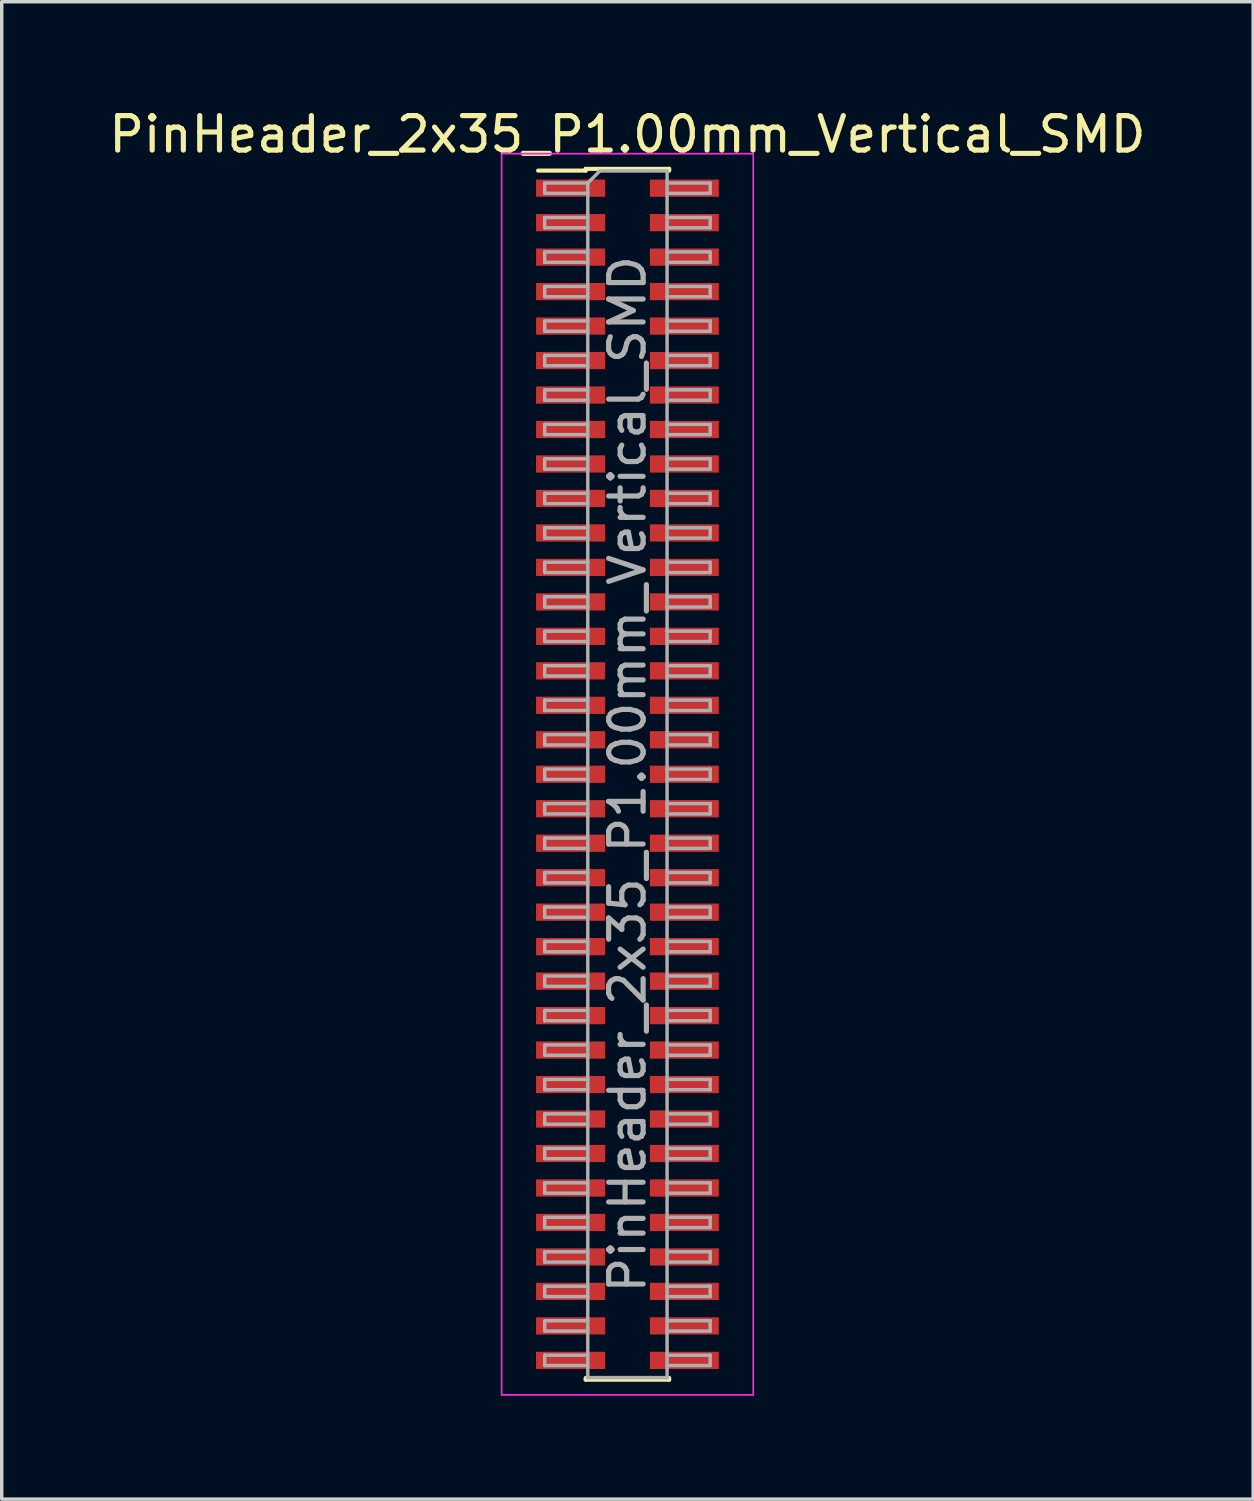
<source format=kicad_pcb>
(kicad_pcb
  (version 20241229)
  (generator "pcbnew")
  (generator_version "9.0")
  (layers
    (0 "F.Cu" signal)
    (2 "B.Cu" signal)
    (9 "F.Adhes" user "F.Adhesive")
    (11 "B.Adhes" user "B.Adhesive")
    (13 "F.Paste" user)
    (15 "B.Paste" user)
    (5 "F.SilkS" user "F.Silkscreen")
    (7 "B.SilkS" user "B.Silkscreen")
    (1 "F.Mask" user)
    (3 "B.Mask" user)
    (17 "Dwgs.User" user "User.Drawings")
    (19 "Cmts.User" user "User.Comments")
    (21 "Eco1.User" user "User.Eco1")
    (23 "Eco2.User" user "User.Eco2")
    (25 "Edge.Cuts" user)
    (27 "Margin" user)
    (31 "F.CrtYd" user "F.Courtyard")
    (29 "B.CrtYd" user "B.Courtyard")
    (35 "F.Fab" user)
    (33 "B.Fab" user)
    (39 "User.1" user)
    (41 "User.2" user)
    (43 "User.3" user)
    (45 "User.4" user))
  (footprint "PinHeader_2x35_P1.00mm_Vertical_SMD"
    (layer "F.Cu")
    (at 15.149 19.408)
    (property "Reference" "PinHeader_2x35_P1.00mm_Vertical_SMD" (at 0 -18.56 0) (layer "F.SilkS") (effects (font (size 1 1) (thickness 0.15))))
    (attr smd)
    (fp_line (start -2.59 -17.51) (end -1.21 -17.51) (stroke (width 0.12) (type solid)) (layer "F.SilkS"))
    (fp_line (start -1.21 -17.56) (end -1.21 -17.51) (stroke (width 0.12) (type solid)) (layer "F.SilkS"))
    (fp_line (start -1.21 -17.56) (end 1.21 -17.56) (stroke (width 0.12) (type solid)) (layer "F.SilkS"))
    (fp_line (start -1.21 17.51) (end -1.21 17.56) (stroke (width 0.12) (type solid)) (layer "F.SilkS"))
    (fp_line (start -1.21 17.56) (end 1.21 17.56) (stroke (width 0.12) (type solid)) (layer "F.SilkS"))
    (fp_line (start 1.21 -17.56) (end 1.21 -17.51) (stroke (width 0.12) (type solid)) (layer "F.SilkS"))
    (fp_line (start 1.21 17.51) (end 1.21 17.56) (stroke (width 0.12) (type solid)) (layer "F.SilkS"))
    (fp_line (start -3.65 -18) (end -3.65 18) (stroke (width 0.05) (type solid)) (layer "F.CrtYd"))
    (fp_line (start -3.65 18) (end 3.65 18) (stroke (width 0.05) (type solid)) (layer "F.CrtYd"))
    (fp_line (start 3.65 -18) (end -3.65 -18) (stroke (width 0.05) (type solid)) (layer "F.CrtYd"))
    (fp_line (start 3.65 18) (end 3.65 -18) (stroke (width 0.05) (type solid)) (layer "F.CrtYd"))
    (fp_line (start -2.4 -17.15) (end -2.4 -16.85) (stroke (width 0.1) (type solid)) (layer "F.Fab"))
    (fp_line (start -2.4 -16.85) (end -1.15 -16.85) (stroke (width 0.1) (type solid)) (layer "F.Fab"))
    (fp_line (start -2.4 -16.15) (end -2.4 -15.85) (stroke (width 0.1) (type solid)) (layer "F.Fab"))
    (fp_line (start -2.4 -15.85) (end -1.15 -15.85) (stroke (width 0.1) (type solid)) (layer "F.Fab"))
    (fp_line (start -2.4 -15.15) (end -2.4 -14.85) (stroke (width 0.1) (type solid)) (layer "F.Fab"))
    (fp_line (start -2.4 -14.85) (end -1.15 -14.85) (stroke (width 0.1) (type solid)) (layer "F.Fab"))
    (fp_line (start -2.4 -14.15) (end -2.4 -13.85) (stroke (width 0.1) (type solid)) (layer "F.Fab"))
    (fp_line (start -2.4 -13.85) (end -1.15 -13.85) (stroke (width 0.1) (type solid)) (layer "F.Fab"))
    (fp_line (start -2.4 -13.15) (end -2.4 -12.85) (stroke (width 0.1) (type solid)) (layer "F.Fab"))
    (fp_line (start -2.4 -12.85) (end -1.15 -12.85) (stroke (width 0.1) (type solid)) (layer "F.Fab"))
    (fp_line (start -2.4 -12.15) (end -2.4 -11.85) (stroke (width 0.1) (type solid)) (layer "F.Fab"))
    (fp_line (start -2.4 -11.85) (end -1.15 -11.85) (stroke (width 0.1) (type solid)) (layer "F.Fab"))
    (fp_line (start -2.4 -11.15) (end -2.4 -10.85) (stroke (width 0.1) (type solid)) (layer "F.Fab"))
    (fp_line (start -2.4 -10.85) (end -1.15 -10.85) (stroke (width 0.1) (type solid)) (layer "F.Fab"))
    (fp_line (start -2.4 -10.15) (end -2.4 -9.85) (stroke (width 0.1) (type solid)) (layer "F.Fab"))
    (fp_line (start -2.4 -9.85) (end -1.15 -9.85) (stroke (width 0.1) (type solid)) (layer "F.Fab"))
    (fp_line (start -2.4 -9.15) (end -2.4 -8.85) (stroke (width 0.1) (type solid)) (layer "F.Fab"))
    (fp_line (start -2.4 -8.85) (end -1.15 -8.85) (stroke (width 0.1) (type solid)) (layer "F.Fab"))
    (fp_line (start -2.4 -8.15) (end -2.4 -7.85) (stroke (width 0.1) (type solid)) (layer "F.Fab"))
    (fp_line (start -2.4 -7.85) (end -1.15 -7.85) (stroke (width 0.1) (type solid)) (layer "F.Fab"))
    (fp_line (start -2.4 -7.15) (end -2.4 -6.85) (stroke (width 0.1) (type solid)) (layer "F.Fab"))
    (fp_line (start -2.4 -6.85) (end -1.15 -6.85) (stroke (width 0.1) (type solid)) (layer "F.Fab"))
    (fp_line (start -2.4 -6.15) (end -2.4 -5.85) (stroke (width 0.1) (type solid)) (layer "F.Fab"))
    (fp_line (start -2.4 -5.85) (end -1.15 -5.85) (stroke (width 0.1) (type solid)) (layer "F.Fab"))
    (fp_line (start -2.4 -5.15) (end -2.4 -4.85) (stroke (width 0.1) (type solid)) (layer "F.Fab"))
    (fp_line (start -2.4 -4.85) (end -1.15 -4.85) (stroke (width 0.1) (type solid)) (layer "F.Fab"))
    (fp_line (start -2.4 -4.15) (end -2.4 -3.85) (stroke (width 0.1) (type solid)) (layer "F.Fab"))
    (fp_line (start -2.4 -3.85) (end -1.15 -3.85) (stroke (width 0.1) (type solid)) (layer "F.Fab"))
    (fp_line (start -2.4 -3.15) (end -2.4 -2.85) (stroke (width 0.1) (type solid)) (layer "F.Fab"))
    (fp_line (start -2.4 -2.85) (end -1.15 -2.85) (stroke (width 0.1) (type solid)) (layer "F.Fab"))
    (fp_line (start -2.4 -2.15) (end -2.4 -1.85) (stroke (width 0.1) (type solid)) (layer "F.Fab"))
    (fp_line (start -2.4 -1.85) (end -1.15 -1.85) (stroke (width 0.1) (type solid)) (layer "F.Fab"))
    (fp_line (start -2.4 -1.15) (end -2.4 -0.85) (stroke (width 0.1) (type solid)) (layer "F.Fab"))
    (fp_line (start -2.4 -0.85) (end -1.15 -0.85) (stroke (width 0.1) (type solid)) (layer "F.Fab"))
    (fp_line (start -2.4 -0.15) (end -2.4 0.15) (stroke (width 0.1) (type solid)) (layer "F.Fab"))
    (fp_line (start -2.4 0.15) (end -1.15 0.15) (stroke (width 0.1) (type solid)) (layer "F.Fab"))
    (fp_line (start -2.4 0.85) (end -2.4 1.15) (stroke (width 0.1) (type solid)) (layer "F.Fab"))
    (fp_line (start -2.4 1.15) (end -1.15 1.15) (stroke (width 0.1) (type solid)) (layer "F.Fab"))
    (fp_line (start -2.4 1.85) (end -2.4 2.15) (stroke (width 0.1) (type solid)) (layer "F.Fab"))
    (fp_line (start -2.4 2.15) (end -1.15 2.15) (stroke (width 0.1) (type solid)) (layer "F.Fab"))
    (fp_line (start -2.4 2.85) (end -2.4 3.15) (stroke (width 0.1) (type solid)) (layer "F.Fab"))
    (fp_line (start -2.4 3.15) (end -1.15 3.15) (stroke (width 0.1) (type solid)) (layer "F.Fab"))
    (fp_line (start -2.4 3.85) (end -2.4 4.15) (stroke (width 0.1) (type solid)) (layer "F.Fab"))
    (fp_line (start -2.4 4.15) (end -1.15 4.15) (stroke (width 0.1) (type solid)) (layer "F.Fab"))
    (fp_line (start -2.4 4.85) (end -2.4 5.15) (stroke (width 0.1) (type solid)) (layer "F.Fab"))
    (fp_line (start -2.4 5.15) (end -1.15 5.15) (stroke (width 0.1) (type solid)) (layer "F.Fab"))
    (fp_line (start -2.4 5.85) (end -2.4 6.15) (stroke (width 0.1) (type solid)) (layer "F.Fab"))
    (fp_line (start -2.4 6.15) (end -1.15 6.15) (stroke (width 0.1) (type solid)) (layer "F.Fab"))
    (fp_line (start -2.4 6.85) (end -2.4 7.15) (stroke (width 0.1) (type solid)) (layer "F.Fab"))
    (fp_line (start -2.4 7.15) (end -1.15 7.15) (stroke (width 0.1) (type solid)) (layer "F.Fab"))
    (fp_line (start -2.4 7.85) (end -2.4 8.15) (stroke (width 0.1) (type solid)) (layer "F.Fab"))
    (fp_line (start -2.4 8.15) (end -1.15 8.15) (stroke (width 0.1) (type solid)) (layer "F.Fab"))
    (fp_line (start -2.4 8.85) (end -2.4 9.15) (stroke (width 0.1) (type solid)) (layer "F.Fab"))
    (fp_line (start -2.4 9.15) (end -1.15 9.15) (stroke (width 0.1) (type solid)) (layer "F.Fab"))
    (fp_line (start -2.4 9.85) (end -2.4 10.15) (stroke (width 0.1) (type solid)) (layer "F.Fab"))
    (fp_line (start -2.4 10.15) (end -1.15 10.15) (stroke (width 0.1) (type solid)) (layer "F.Fab"))
    (fp_line (start -2.4 10.85) (end -2.4 11.15) (stroke (width 0.1) (type solid)) (layer "F.Fab"))
    (fp_line (start -2.4 11.15) (end -1.15 11.15) (stroke (width 0.1) (type solid)) (layer "F.Fab"))
    (fp_line (start -2.4 11.85) (end -2.4 12.15) (stroke (width 0.1) (type solid)) (layer "F.Fab"))
    (fp_line (start -2.4 12.15) (end -1.15 12.15) (stroke (width 0.1) (type solid)) (layer "F.Fab"))
    (fp_line (start -2.4 12.85) (end -2.4 13.15) (stroke (width 0.1) (type solid)) (layer "F.Fab"))
    (fp_line (start -2.4 13.15) (end -1.15 13.15) (stroke (width 0.1) (type solid)) (layer "F.Fab"))
    (fp_line (start -2.4 13.85) (end -2.4 14.15) (stroke (width 0.1) (type solid)) (layer "F.Fab"))
    (fp_line (start -2.4 14.15) (end -1.15 14.15) (stroke (width 0.1) (type solid)) (layer "F.Fab"))
    (fp_line (start -2.4 14.85) (end -2.4 15.15) (stroke (width 0.1) (type solid)) (layer "F.Fab"))
    (fp_line (start -2.4 15.15) (end -1.15 15.15) (stroke (width 0.1) (type solid)) (layer "F.Fab"))
    (fp_line (start -2.4 15.85) (end -2.4 16.15) (stroke (width 0.1) (type solid)) (layer "F.Fab"))
    (fp_line (start -2.4 16.15) (end -1.15 16.15) (stroke (width 0.1) (type solid)) (layer "F.Fab"))
    (fp_line (start -2.4 16.85) (end -2.4 17.15) (stroke (width 0.1) (type solid)) (layer "F.Fab"))
    (fp_line (start -2.4 17.15) (end -1.15 17.15) (stroke (width 0.1) (type solid)) (layer "F.Fab"))
    (fp_line (start -1.15 -17.15) (end -2.4 -17.15) (stroke (width 0.1) (type solid)) (layer "F.Fab"))
    (fp_line (start -1.15 -17.15) (end -0.8 -17.5) (stroke (width 0.1) (type solid)) (layer "F.Fab"))
    (fp_line (start -1.15 -16.15) (end -2.4 -16.15) (stroke (width 0.1) (type solid)) (layer "F.Fab"))
    (fp_line (start -1.15 -15.15) (end -2.4 -15.15) (stroke (width 0.1) (type solid)) (layer "F.Fab"))
    (fp_line (start -1.15 -14.15) (end -2.4 -14.15) (stroke (width 0.1) (type solid)) (layer "F.Fab"))
    (fp_line (start -1.15 -13.15) (end -2.4 -13.15) (stroke (width 0.1) (type solid)) (layer "F.Fab"))
    (fp_line (start -1.15 -12.15) (end -2.4 -12.15) (stroke (width 0.1) (type solid)) (layer "F.Fab"))
    (fp_line (start -1.15 -11.15) (end -2.4 -11.15) (stroke (width 0.1) (type solid)) (layer "F.Fab"))
    (fp_line (start -1.15 -10.15) (end -2.4 -10.15) (stroke (width 0.1) (type solid)) (layer "F.Fab"))
    (fp_line (start -1.15 -9.15) (end -2.4 -9.15) (stroke (width 0.1) (type solid)) (layer "F.Fab"))
    (fp_line (start -1.15 -8.15) (end -2.4 -8.15) (stroke (width 0.1) (type solid)) (layer "F.Fab"))
    (fp_line (start -1.15 -7.15) (end -2.4 -7.15) (stroke (width 0.1) (type solid)) (layer "F.Fab"))
    (fp_line (start -1.15 -6.15) (end -2.4 -6.15) (stroke (width 0.1) (type solid)) (layer "F.Fab"))
    (fp_line (start -1.15 -5.15) (end -2.4 -5.15) (stroke (width 0.1) (type solid)) (layer "F.Fab"))
    (fp_line (start -1.15 -4.15) (end -2.4 -4.15) (stroke (width 0.1) (type solid)) (layer "F.Fab"))
    (fp_line (start -1.15 -3.15) (end -2.4 -3.15) (stroke (width 0.1) (type solid)) (layer "F.Fab"))
    (fp_line (start -1.15 -2.15) (end -2.4 -2.15) (stroke (width 0.1) (type solid)) (layer "F.Fab"))
    (fp_line (start -1.15 -1.15) (end -2.4 -1.15) (stroke (width 0.1) (type solid)) (layer "F.Fab"))
    (fp_line (start -1.15 -0.15) (end -2.4 -0.15) (stroke (width 0.1) (type solid)) (layer "F.Fab"))
    (fp_line (start -1.15 0.85) (end -2.4 0.85) (stroke (width 0.1) (type solid)) (layer "F.Fab"))
    (fp_line (start -1.15 1.85) (end -2.4 1.85) (stroke (width 0.1) (type solid)) (layer "F.Fab"))
    (fp_line (start -1.15 2.85) (end -2.4 2.85) (stroke (width 0.1) (type solid)) (layer "F.Fab"))
    (fp_line (start -1.15 3.85) (end -2.4 3.85) (stroke (width 0.1) (type solid)) (layer "F.Fab"))
    (fp_line (start -1.15 4.85) (end -2.4 4.85) (stroke (width 0.1) (type solid)) (layer "F.Fab"))
    (fp_line (start -1.15 5.85) (end -2.4 5.85) (stroke (width 0.1) (type solid)) (layer "F.Fab"))
    (fp_line (start -1.15 6.85) (end -2.4 6.85) (stroke (width 0.1) (type solid)) (layer "F.Fab"))
    (fp_line (start -1.15 7.85) (end -2.4 7.85) (stroke (width 0.1) (type solid)) (layer "F.Fab"))
    (fp_line (start -1.15 8.85) (end -2.4 8.85) (stroke (width 0.1) (type solid)) (layer "F.Fab"))
    (fp_line (start -1.15 9.85) (end -2.4 9.85) (stroke (width 0.1) (type solid)) (layer "F.Fab"))
    (fp_line (start -1.15 10.85) (end -2.4 10.85) (stroke (width 0.1) (type solid)) (layer "F.Fab"))
    (fp_line (start -1.15 11.85) (end -2.4 11.85) (stroke (width 0.1) (type solid)) (layer "F.Fab"))
    (fp_line (start -1.15 12.85) (end -2.4 12.85) (stroke (width 0.1) (type solid)) (layer "F.Fab"))
    (fp_line (start -1.15 13.85) (end -2.4 13.85) (stroke (width 0.1) (type solid)) (layer "F.Fab"))
    (fp_line (start -1.15 14.85) (end -2.4 14.85) (stroke (width 0.1) (type solid)) (layer "F.Fab"))
    (fp_line (start -1.15 15.85) (end -2.4 15.85) (stroke (width 0.1) (type solid)) (layer "F.Fab"))
    (fp_line (start -1.15 16.85) (end -2.4 16.85) (stroke (width 0.1) (type solid)) (layer "F.Fab"))
    (fp_line (start -1.15 17.5) (end -1.15 -17.15) (stroke (width 0.1) (type solid)) (layer "F.Fab"))
    (fp_line (start -0.8 -17.5) (end 1.15 -17.5) (stroke (width 0.1) (type solid)) (layer "F.Fab"))
    (fp_line (start 1.15 -17.5) (end 1.15 17.5) (stroke (width 0.1) (type solid)) (layer "F.Fab"))
    (fp_line (start 1.15 -17.15) (end 2.4 -17.15) (stroke (width 0.1) (type solid)) (layer "F.Fab"))
    (fp_line (start 1.15 -16.15) (end 2.4 -16.15) (stroke (width 0.1) (type solid)) (layer "F.Fab"))
    (fp_line (start 1.15 -15.15) (end 2.4 -15.15) (stroke (width 0.1) (type solid)) (layer "F.Fab"))
    (fp_line (start 1.15 -14.15) (end 2.4 -14.15) (stroke (width 0.1) (type solid)) (layer "F.Fab"))
    (fp_line (start 1.15 -13.15) (end 2.4 -13.15) (stroke (width 0.1) (type solid)) (layer "F.Fab"))
    (fp_line (start 1.15 -12.15) (end 2.4 -12.15) (stroke (width 0.1) (type solid)) (layer "F.Fab"))
    (fp_line (start 1.15 -11.15) (end 2.4 -11.15) (stroke (width 0.1) (type solid)) (layer "F.Fab"))
    (fp_line (start 1.15 -10.15) (end 2.4 -10.15) (stroke (width 0.1) (type solid)) (layer "F.Fab"))
    (fp_line (start 1.15 -9.15) (end 2.4 -9.15) (stroke (width 0.1) (type solid)) (layer "F.Fab"))
    (fp_line (start 1.15 -8.15) (end 2.4 -8.15) (stroke (width 0.1) (type solid)) (layer "F.Fab"))
    (fp_line (start 1.15 -7.15) (end 2.4 -7.15) (stroke (width 0.1) (type solid)) (layer "F.Fab"))
    (fp_line (start 1.15 -6.15) (end 2.4 -6.15) (stroke (width 0.1) (type solid)) (layer "F.Fab"))
    (fp_line (start 1.15 -5.15) (end 2.4 -5.15) (stroke (width 0.1) (type solid)) (layer "F.Fab"))
    (fp_line (start 1.15 -4.15) (end 2.4 -4.15) (stroke (width 0.1) (type solid)) (layer "F.Fab"))
    (fp_line (start 1.15 -3.15) (end 2.4 -3.15) (stroke (width 0.1) (type solid)) (layer "F.Fab"))
    (fp_line (start 1.15 -2.15) (end 2.4 -2.15) (stroke (width 0.1) (type solid)) (layer "F.Fab"))
    (fp_line (start 1.15 -1.15) (end 2.4 -1.15) (stroke (width 0.1) (type solid)) (layer "F.Fab"))
    (fp_line (start 1.15 -0.15) (end 2.4 -0.15) (stroke (width 0.1) (type solid)) (layer "F.Fab"))
    (fp_line (start 1.15 0.85) (end 2.4 0.85) (stroke (width 0.1) (type solid)) (layer "F.Fab"))
    (fp_line (start 1.15 1.85) (end 2.4 1.85) (stroke (width 0.1) (type solid)) (layer "F.Fab"))
    (fp_line (start 1.15 2.85) (end 2.4 2.85) (stroke (width 0.1) (type solid)) (layer "F.Fab"))
    (fp_line (start 1.15 3.85) (end 2.4 3.85) (stroke (width 0.1) (type solid)) (layer "F.Fab"))
    (fp_line (start 1.15 4.85) (end 2.4 4.85) (stroke (width 0.1) (type solid)) (layer "F.Fab"))
    (fp_line (start 1.15 5.85) (end 2.4 5.85) (stroke (width 0.1) (type solid)) (layer "F.Fab"))
    (fp_line (start 1.15 6.85) (end 2.4 6.85) (stroke (width 0.1) (type solid)) (layer "F.Fab"))
    (fp_line (start 1.15 7.85) (end 2.4 7.85) (stroke (width 0.1) (type solid)) (layer "F.Fab"))
    (fp_line (start 1.15 8.85) (end 2.4 8.85) (stroke (width 0.1) (type solid)) (layer "F.Fab"))
    (fp_line (start 1.15 9.85) (end 2.4 9.85) (stroke (width 0.1) (type solid)) (layer "F.Fab"))
    (fp_line (start 1.15 10.85) (end 2.4 10.85) (stroke (width 0.1) (type solid)) (layer "F.Fab"))
    (fp_line (start 1.15 11.85) (end 2.4 11.85) (stroke (width 0.1) (type solid)) (layer "F.Fab"))
    (fp_line (start 1.15 12.85) (end 2.4 12.85) (stroke (width 0.1) (type solid)) (layer "F.Fab"))
    (fp_line (start 1.15 13.85) (end 2.4 13.85) (stroke (width 0.1) (type solid)) (layer "F.Fab"))
    (fp_line (start 1.15 14.85) (end 2.4 14.85) (stroke (width 0.1) (type solid)) (layer "F.Fab"))
    (fp_line (start 1.15 15.85) (end 2.4 15.85) (stroke (width 0.1) (type solid)) (layer "F.Fab"))
    (fp_line (start 1.15 16.85) (end 2.4 16.85) (stroke (width 0.1) (type solid)) (layer "F.Fab"))
    (fp_line (start 1.15 17.5) (end -1.15 17.5) (stroke (width 0.1) (type solid)) (layer "F.Fab"))
    (fp_line (start 2.4 -17.15) (end 2.4 -16.85) (stroke (width 0.1) (type solid)) (layer "F.Fab"))
    (fp_line (start 2.4 -16.85) (end 1.15 -16.85) (stroke (width 0.1) (type solid)) (layer "F.Fab"))
    (fp_line (start 2.4 -16.15) (end 2.4 -15.85) (stroke (width 0.1) (type solid)) (layer "F.Fab"))
    (fp_line (start 2.4 -15.85) (end 1.15 -15.85) (stroke (width 0.1) (type solid)) (layer "F.Fab"))
    (fp_line (start 2.4 -15.15) (end 2.4 -14.85) (stroke (width 0.1) (type solid)) (layer "F.Fab"))
    (fp_line (start 2.4 -14.85) (end 1.15 -14.85) (stroke (width 0.1) (type solid)) (layer "F.Fab"))
    (fp_line (start 2.4 -14.15) (end 2.4 -13.85) (stroke (width 0.1) (type solid)) (layer "F.Fab"))
    (fp_line (start 2.4 -13.85) (end 1.15 -13.85) (stroke (width 0.1) (type solid)) (layer "F.Fab"))
    (fp_line (start 2.4 -13.15) (end 2.4 -12.85) (stroke (width 0.1) (type solid)) (layer "F.Fab"))
    (fp_line (start 2.4 -12.85) (end 1.15 -12.85) (stroke (width 0.1) (type solid)) (layer "F.Fab"))
    (fp_line (start 2.4 -12.15) (end 2.4 -11.85) (stroke (width 0.1) (type solid)) (layer "F.Fab"))
    (fp_line (start 2.4 -11.85) (end 1.15 -11.85) (stroke (width 0.1) (type solid)) (layer "F.Fab"))
    (fp_line (start 2.4 -11.15) (end 2.4 -10.85) (stroke (width 0.1) (type solid)) (layer "F.Fab"))
    (fp_line (start 2.4 -10.85) (end 1.15 -10.85) (stroke (width 0.1) (type solid)) (layer "F.Fab"))
    (fp_line (start 2.4 -10.15) (end 2.4 -9.85) (stroke (width 0.1) (type solid)) (layer "F.Fab"))
    (fp_line (start 2.4 -9.85) (end 1.15 -9.85) (stroke (width 0.1) (type solid)) (layer "F.Fab"))
    (fp_line (start 2.4 -9.15) (end 2.4 -8.85) (stroke (width 0.1) (type solid)) (layer "F.Fab"))
    (fp_line (start 2.4 -8.85) (end 1.15 -8.85) (stroke (width 0.1) (type solid)) (layer "F.Fab"))
    (fp_line (start 2.4 -8.15) (end 2.4 -7.85) (stroke (width 0.1) (type solid)) (layer "F.Fab"))
    (fp_line (start 2.4 -7.85) (end 1.15 -7.85) (stroke (width 0.1) (type solid)) (layer "F.Fab"))
    (fp_line (start 2.4 -7.15) (end 2.4 -6.85) (stroke (width 0.1) (type solid)) (layer "F.Fab"))
    (fp_line (start 2.4 -6.85) (end 1.15 -6.85) (stroke (width 0.1) (type solid)) (layer "F.Fab"))
    (fp_line (start 2.4 -6.15) (end 2.4 -5.85) (stroke (width 0.1) (type solid)) (layer "F.Fab"))
    (fp_line (start 2.4 -5.85) (end 1.15 -5.85) (stroke (width 0.1) (type solid)) (layer "F.Fab"))
    (fp_line (start 2.4 -5.15) (end 2.4 -4.85) (stroke (width 0.1) (type solid)) (layer "F.Fab"))
    (fp_line (start 2.4 -4.85) (end 1.15 -4.85) (stroke (width 0.1) (type solid)) (layer "F.Fab"))
    (fp_line (start 2.4 -4.15) (end 2.4 -3.85) (stroke (width 0.1) (type solid)) (layer "F.Fab"))
    (fp_line (start 2.4 -3.85) (end 1.15 -3.85) (stroke (width 0.1) (type solid)) (layer "F.Fab"))
    (fp_line (start 2.4 -3.15) (end 2.4 -2.85) (stroke (width 0.1) (type solid)) (layer "F.Fab"))
    (fp_line (start 2.4 -2.85) (end 1.15 -2.85) (stroke (width 0.1) (type solid)) (layer "F.Fab"))
    (fp_line (start 2.4 -2.15) (end 2.4 -1.85) (stroke (width 0.1) (type solid)) (layer "F.Fab"))
    (fp_line (start 2.4 -1.85) (end 1.15 -1.85) (stroke (width 0.1) (type solid)) (layer "F.Fab"))
    (fp_line (start 2.4 -1.15) (end 2.4 -0.85) (stroke (width 0.1) (type solid)) (layer "F.Fab"))
    (fp_line (start 2.4 -0.85) (end 1.15 -0.85) (stroke (width 0.1) (type solid)) (layer "F.Fab"))
    (fp_line (start 2.4 -0.15) (end 2.4 0.15) (stroke (width 0.1) (type solid)) (layer "F.Fab"))
    (fp_line (start 2.4 0.15) (end 1.15 0.15) (stroke (width 0.1) (type solid)) (layer "F.Fab"))
    (fp_line (start 2.4 0.85) (end 2.4 1.15) (stroke (width 0.1) (type solid)) (layer "F.Fab"))
    (fp_line (start 2.4 1.15) (end 1.15 1.15) (stroke (width 0.1) (type solid)) (layer "F.Fab"))
    (fp_line (start 2.4 1.85) (end 2.4 2.15) (stroke (width 0.1) (type solid)) (layer "F.Fab"))
    (fp_line (start 2.4 2.15) (end 1.15 2.15) (stroke (width 0.1) (type solid)) (layer "F.Fab"))
    (fp_line (start 2.4 2.85) (end 2.4 3.15) (stroke (width 0.1) (type solid)) (layer "F.Fab"))
    (fp_line (start 2.4 3.15) (end 1.15 3.15) (stroke (width 0.1) (type solid)) (layer "F.Fab"))
    (fp_line (start 2.4 3.85) (end 2.4 4.15) (stroke (width 0.1) (type solid)) (layer "F.Fab"))
    (fp_line (start 2.4 4.15) (end 1.15 4.15) (stroke (width 0.1) (type solid)) (layer "F.Fab"))
    (fp_line (start 2.4 4.85) (end 2.4 5.15) (stroke (width 0.1) (type solid)) (layer "F.Fab"))
    (fp_line (start 2.4 5.15) (end 1.15 5.15) (stroke (width 0.1) (type solid)) (layer "F.Fab"))
    (fp_line (start 2.4 5.85) (end 2.4 6.15) (stroke (width 0.1) (type solid)) (layer "F.Fab"))
    (fp_line (start 2.4 6.15) (end 1.15 6.15) (stroke (width 0.1) (type solid)) (layer "F.Fab"))
    (fp_line (start 2.4 6.85) (end 2.4 7.15) (stroke (width 0.1) (type solid)) (layer "F.Fab"))
    (fp_line (start 2.4 7.15) (end 1.15 7.15) (stroke (width 0.1) (type solid)) (layer "F.Fab"))
    (fp_line (start 2.4 7.85) (end 2.4 8.15) (stroke (width 0.1) (type solid)) (layer "F.Fab"))
    (fp_line (start 2.4 8.15) (end 1.15 8.15) (stroke (width 0.1) (type solid)) (layer "F.Fab"))
    (fp_line (start 2.4 8.85) (end 2.4 9.15) (stroke (width 0.1) (type solid)) (layer "F.Fab"))
    (fp_line (start 2.4 9.15) (end 1.15 9.15) (stroke (width 0.1) (type solid)) (layer "F.Fab"))
    (fp_line (start 2.4 9.85) (end 2.4 10.15) (stroke (width 0.1) (type solid)) (layer "F.Fab"))
    (fp_line (start 2.4 10.15) (end 1.15 10.15) (stroke (width 0.1) (type solid)) (layer "F.Fab"))
    (fp_line (start 2.4 10.85) (end 2.4 11.15) (stroke (width 0.1) (type solid)) (layer "F.Fab"))
    (fp_line (start 2.4 11.15) (end 1.15 11.15) (stroke (width 0.1) (type solid)) (layer "F.Fab"))
    (fp_line (start 2.4 11.85) (end 2.4 12.15) (stroke (width 0.1) (type solid)) (layer "F.Fab"))
    (fp_line (start 2.4 12.15) (end 1.15 12.15) (stroke (width 0.1) (type solid)) (layer "F.Fab"))
    (fp_line (start 2.4 12.85) (end 2.4 13.15) (stroke (width 0.1) (type solid)) (layer "F.Fab"))
    (fp_line (start 2.4 13.15) (end 1.15 13.15) (stroke (width 0.1) (type solid)) (layer "F.Fab"))
    (fp_line (start 2.4 13.85) (end 2.4 14.15) (stroke (width 0.1) (type solid)) (layer "F.Fab"))
    (fp_line (start 2.4 14.15) (end 1.15 14.15) (stroke (width 0.1) (type solid)) (layer "F.Fab"))
    (fp_line (start 2.4 14.85) (end 2.4 15.15) (stroke (width 0.1) (type solid)) (layer "F.Fab"))
    (fp_line (start 2.4 15.15) (end 1.15 15.15) (stroke (width 0.1) (type solid)) (layer "F.Fab"))
    (fp_line (start 2.4 15.85) (end 2.4 16.15) (stroke (width 0.1) (type solid)) (layer "F.Fab"))
    (fp_line (start 2.4 16.15) (end 1.15 16.15) (stroke (width 0.1) (type solid)) (layer "F.Fab"))
    (fp_line (start 2.4 16.85) (end 2.4 17.15) (stroke (width 0.1) (type solid)) (layer "F.Fab"))
    (fp_line (start 2.4 17.15) (end 1.15 17.15) (stroke (width 0.1) (type solid)) (layer "F.Fab"))
    (fp_text user "${REFERENCE}" (at 0 0 90) (layer "F.Fab") (effects (font (size 1 1) (thickness 0.15))))
    (pad "1" smd rect (at -1.65 -17) (size 2 0.5) (layers "F.Cu" "F.Mask" "F.Paste"))
    (pad "2" smd rect (at 1.65 -17) (size 2 0.5) (layers "F.Cu" "F.Mask" "F.Paste"))
    (pad "3" smd rect (at -1.65 -16) (size 2 0.5) (layers "F.Cu" "F.Mask" "F.Paste"))
    (pad "4" smd rect (at 1.65 -16) (size 2 0.5) (layers "F.Cu" "F.Mask" "F.Paste"))
    (pad "5" smd rect (at -1.65 -15) (size 2 0.5) (layers "F.Cu" "F.Mask" "F.Paste"))
    (pad "6" smd rect (at 1.65 -15) (size 2 0.5) (layers "F.Cu" "F.Mask" "F.Paste"))
    (pad "7" smd rect (at -1.65 -14) (size 2 0.5) (layers "F.Cu" "F.Mask" "F.Paste"))
    (pad "8" smd rect (at 1.65 -14) (size 2 0.5) (layers "F.Cu" "F.Mask" "F.Paste"))
    (pad "9" smd rect (at -1.65 -13) (size 2 0.5) (layers "F.Cu" "F.Mask" "F.Paste"))
    (pad "10" smd rect (at 1.65 -13) (size 2 0.5) (layers "F.Cu" "F.Mask" "F.Paste"))
    (pad "11" smd rect (at -1.65 -12) (size 2 0.5) (layers "F.Cu" "F.Mask" "F.Paste"))
    (pad "12" smd rect (at 1.65 -12) (size 2 0.5) (layers "F.Cu" "F.Mask" "F.Paste"))
    (pad "13" smd rect (at -1.65 -11) (size 2 0.5) (layers "F.Cu" "F.Mask" "F.Paste"))
    (pad "14" smd rect (at 1.65 -11) (size 2 0.5) (layers "F.Cu" "F.Mask" "F.Paste"))
    (pad "15" smd rect (at -1.65 -10) (size 2 0.5) (layers "F.Cu" "F.Mask" "F.Paste"))
    (pad "16" smd rect (at 1.65 -10) (size 2 0.5) (layers "F.Cu" "F.Mask" "F.Paste"))
    (pad "17" smd rect (at -1.65 -9) (size 2 0.5) (layers "F.Cu" "F.Mask" "F.Paste"))
    (pad "18" smd rect (at 1.65 -9) (size 2 0.5) (layers "F.Cu" "F.Mask" "F.Paste"))
    (pad "19" smd rect (at -1.65 -8) (size 2 0.5) (layers "F.Cu" "F.Mask" "F.Paste"))
    (pad "20" smd rect (at 1.65 -8) (size 2 0.5) (layers "F.Cu" "F.Mask" "F.Paste"))
    (pad "21" smd rect (at -1.65 -7) (size 2 0.5) (layers "F.Cu" "F.Mask" "F.Paste"))
    (pad "22" smd rect (at 1.65 -7) (size 2 0.5) (layers "F.Cu" "F.Mask" "F.Paste"))
    (pad "23" smd rect (at -1.65 -6) (size 2 0.5) (layers "F.Cu" "F.Mask" "F.Paste"))
    (pad "24" smd rect (at 1.65 -6) (size 2 0.5) (layers "F.Cu" "F.Mask" "F.Paste"))
    (pad "25" smd rect (at -1.65 -5) (size 2 0.5) (layers "F.Cu" "F.Mask" "F.Paste"))
    (pad "26" smd rect (at 1.65 -5) (size 2 0.5) (layers "F.Cu" "F.Mask" "F.Paste"))
    (pad "27" smd rect (at -1.65 -4) (size 2 0.5) (layers "F.Cu" "F.Mask" "F.Paste"))
    (pad "28" smd rect (at 1.65 -4) (size 2 0.5) (layers "F.Cu" "F.Mask" "F.Paste"))
    (pad "29" smd rect (at -1.65 -3) (size 2 0.5) (layers "F.Cu" "F.Mask" "F.Paste"))
    (pad "30" smd rect (at 1.65 -3) (size 2 0.5) (layers "F.Cu" "F.Mask" "F.Paste"))
    (pad "31" smd rect (at -1.65 -2) (size 2 0.5) (layers "F.Cu" "F.Mask" "F.Paste"))
    (pad "32" smd rect (at 1.65 -2) (size 2 0.5) (layers "F.Cu" "F.Mask" "F.Paste"))
    (pad "33" smd rect (at -1.65 -1) (size 2 0.5) (layers "F.Cu" "F.Mask" "F.Paste"))
    (pad "34" smd rect (at 1.65 -1) (size 2 0.5) (layers "F.Cu" "F.Mask" "F.Paste"))
    (pad "35" smd rect (at -1.65 0) (size 2 0.5) (layers "F.Cu" "F.Mask" "F.Paste"))
    (pad "36" smd rect (at 1.65 0) (size 2 0.5) (layers "F.Cu" "F.Mask" "F.Paste"))
    (pad "37" smd rect (at -1.65 1) (size 2 0.5) (layers "F.Cu" "F.Mask" "F.Paste"))
    (pad "38" smd rect (at 1.65 1) (size 2 0.5) (layers "F.Cu" "F.Mask" "F.Paste"))
    (pad "39" smd rect (at -1.65 2) (size 2 0.5) (layers "F.Cu" "F.Mask" "F.Paste"))
    (pad "40" smd rect (at 1.65 2) (size 2 0.5) (layers "F.Cu" "F.Mask" "F.Paste"))
    (pad "41" smd rect (at -1.65 3) (size 2 0.5) (layers "F.Cu" "F.Mask" "F.Paste"))
    (pad "42" smd rect (at 1.65 3) (size 2 0.5) (layers "F.Cu" "F.Mask" "F.Paste"))
    (pad "43" smd rect (at -1.65 4) (size 2 0.5) (layers "F.Cu" "F.Mask" "F.Paste"))
    (pad "44" smd rect (at 1.65 4) (size 2 0.5) (layers "F.Cu" "F.Mask" "F.Paste"))
    (pad "45" smd rect (at -1.65 5) (size 2 0.5) (layers "F.Cu" "F.Mask" "F.Paste"))
    (pad "46" smd rect (at 1.65 5) (size 2 0.5) (layers "F.Cu" "F.Mask" "F.Paste"))
    (pad "47" smd rect (at -1.65 6) (size 2 0.5) (layers "F.Cu" "F.Mask" "F.Paste"))
    (pad "48" smd rect (at 1.65 6) (size 2 0.5) (layers "F.Cu" "F.Mask" "F.Paste"))
    (pad "49" smd rect (at -1.65 7) (size 2 0.5) (layers "F.Cu" "F.Mask" "F.Paste"))
    (pad "50" smd rect (at 1.65 7) (size 2 0.5) (layers "F.Cu" "F.Mask" "F.Paste"))
    (pad "51" smd rect (at -1.65 8) (size 2 0.5) (layers "F.Cu" "F.Mask" "F.Paste"))
    (pad "52" smd rect (at 1.65 8) (size 2 0.5) (layers "F.Cu" "F.Mask" "F.Paste"))
    (pad "53" smd rect (at -1.65 9) (size 2 0.5) (layers "F.Cu" "F.Mask" "F.Paste"))
    (pad "54" smd rect (at 1.65 9) (size 2 0.5) (layers "F.Cu" "F.Mask" "F.Paste"))
    (pad "55" smd rect (at -1.65 10) (size 2 0.5) (layers "F.Cu" "F.Mask" "F.Paste"))
    (pad "56" smd rect (at 1.65 10) (size 2 0.5) (layers "F.Cu" "F.Mask" "F.Paste"))
    (pad "57" smd rect (at -1.65 11) (size 2 0.5) (layers "F.Cu" "F.Mask" "F.Paste"))
    (pad "58" smd rect (at 1.65 11) (size 2 0.5) (layers "F.Cu" "F.Mask" "F.Paste"))
    (pad "59" smd rect (at -1.65 12) (size 2 0.5) (layers "F.Cu" "F.Mask" "F.Paste"))
    (pad "60" smd rect (at 1.65 12) (size 2 0.5) (layers "F.Cu" "F.Mask" "F.Paste"))
    (pad "61" smd rect (at -1.65 13) (size 2 0.5) (layers "F.Cu" "F.Mask" "F.Paste"))
    (pad "62" smd rect (at 1.65 13) (size 2 0.5) (layers "F.Cu" "F.Mask" "F.Paste"))
    (pad "63" smd rect (at -1.65 14) (size 2 0.5) (layers "F.Cu" "F.Mask" "F.Paste"))
    (pad "64" smd rect (at 1.65 14) (size 2 0.5) (layers "F.Cu" "F.Mask" "F.Paste"))
    (pad "65" smd rect (at -1.65 15) (size 2 0.5) (layers "F.Cu" "F.Mask" "F.Paste"))
    (pad "66" smd rect (at 1.65 15) (size 2 0.5) (layers "F.Cu" "F.Mask" "F.Paste"))
    (pad "67" smd rect (at -1.65 16) (size 2 0.5) (layers "F.Cu" "F.Mask" "F.Paste"))
    (pad "68" smd rect (at 1.65 16) (size 2 0.5) (layers "F.Cu" "F.Mask" "F.Paste"))
    (pad "69" smd rect (at -1.65 17) (size 2 0.5) (layers "F.Cu" "F.Mask" "F.Paste"))
    (pad "70" smd rect (at 1.65 17) (size 2 0.5) (layers "F.Cu" "F.Mask" "F.Paste")))
  (gr_rect
    (start -3 -3)
    (end 33.298 40.433)
    (stroke (width 0.1) (type default))
    (fill no)
    (layer "Edge.Cuts")))
</source>
